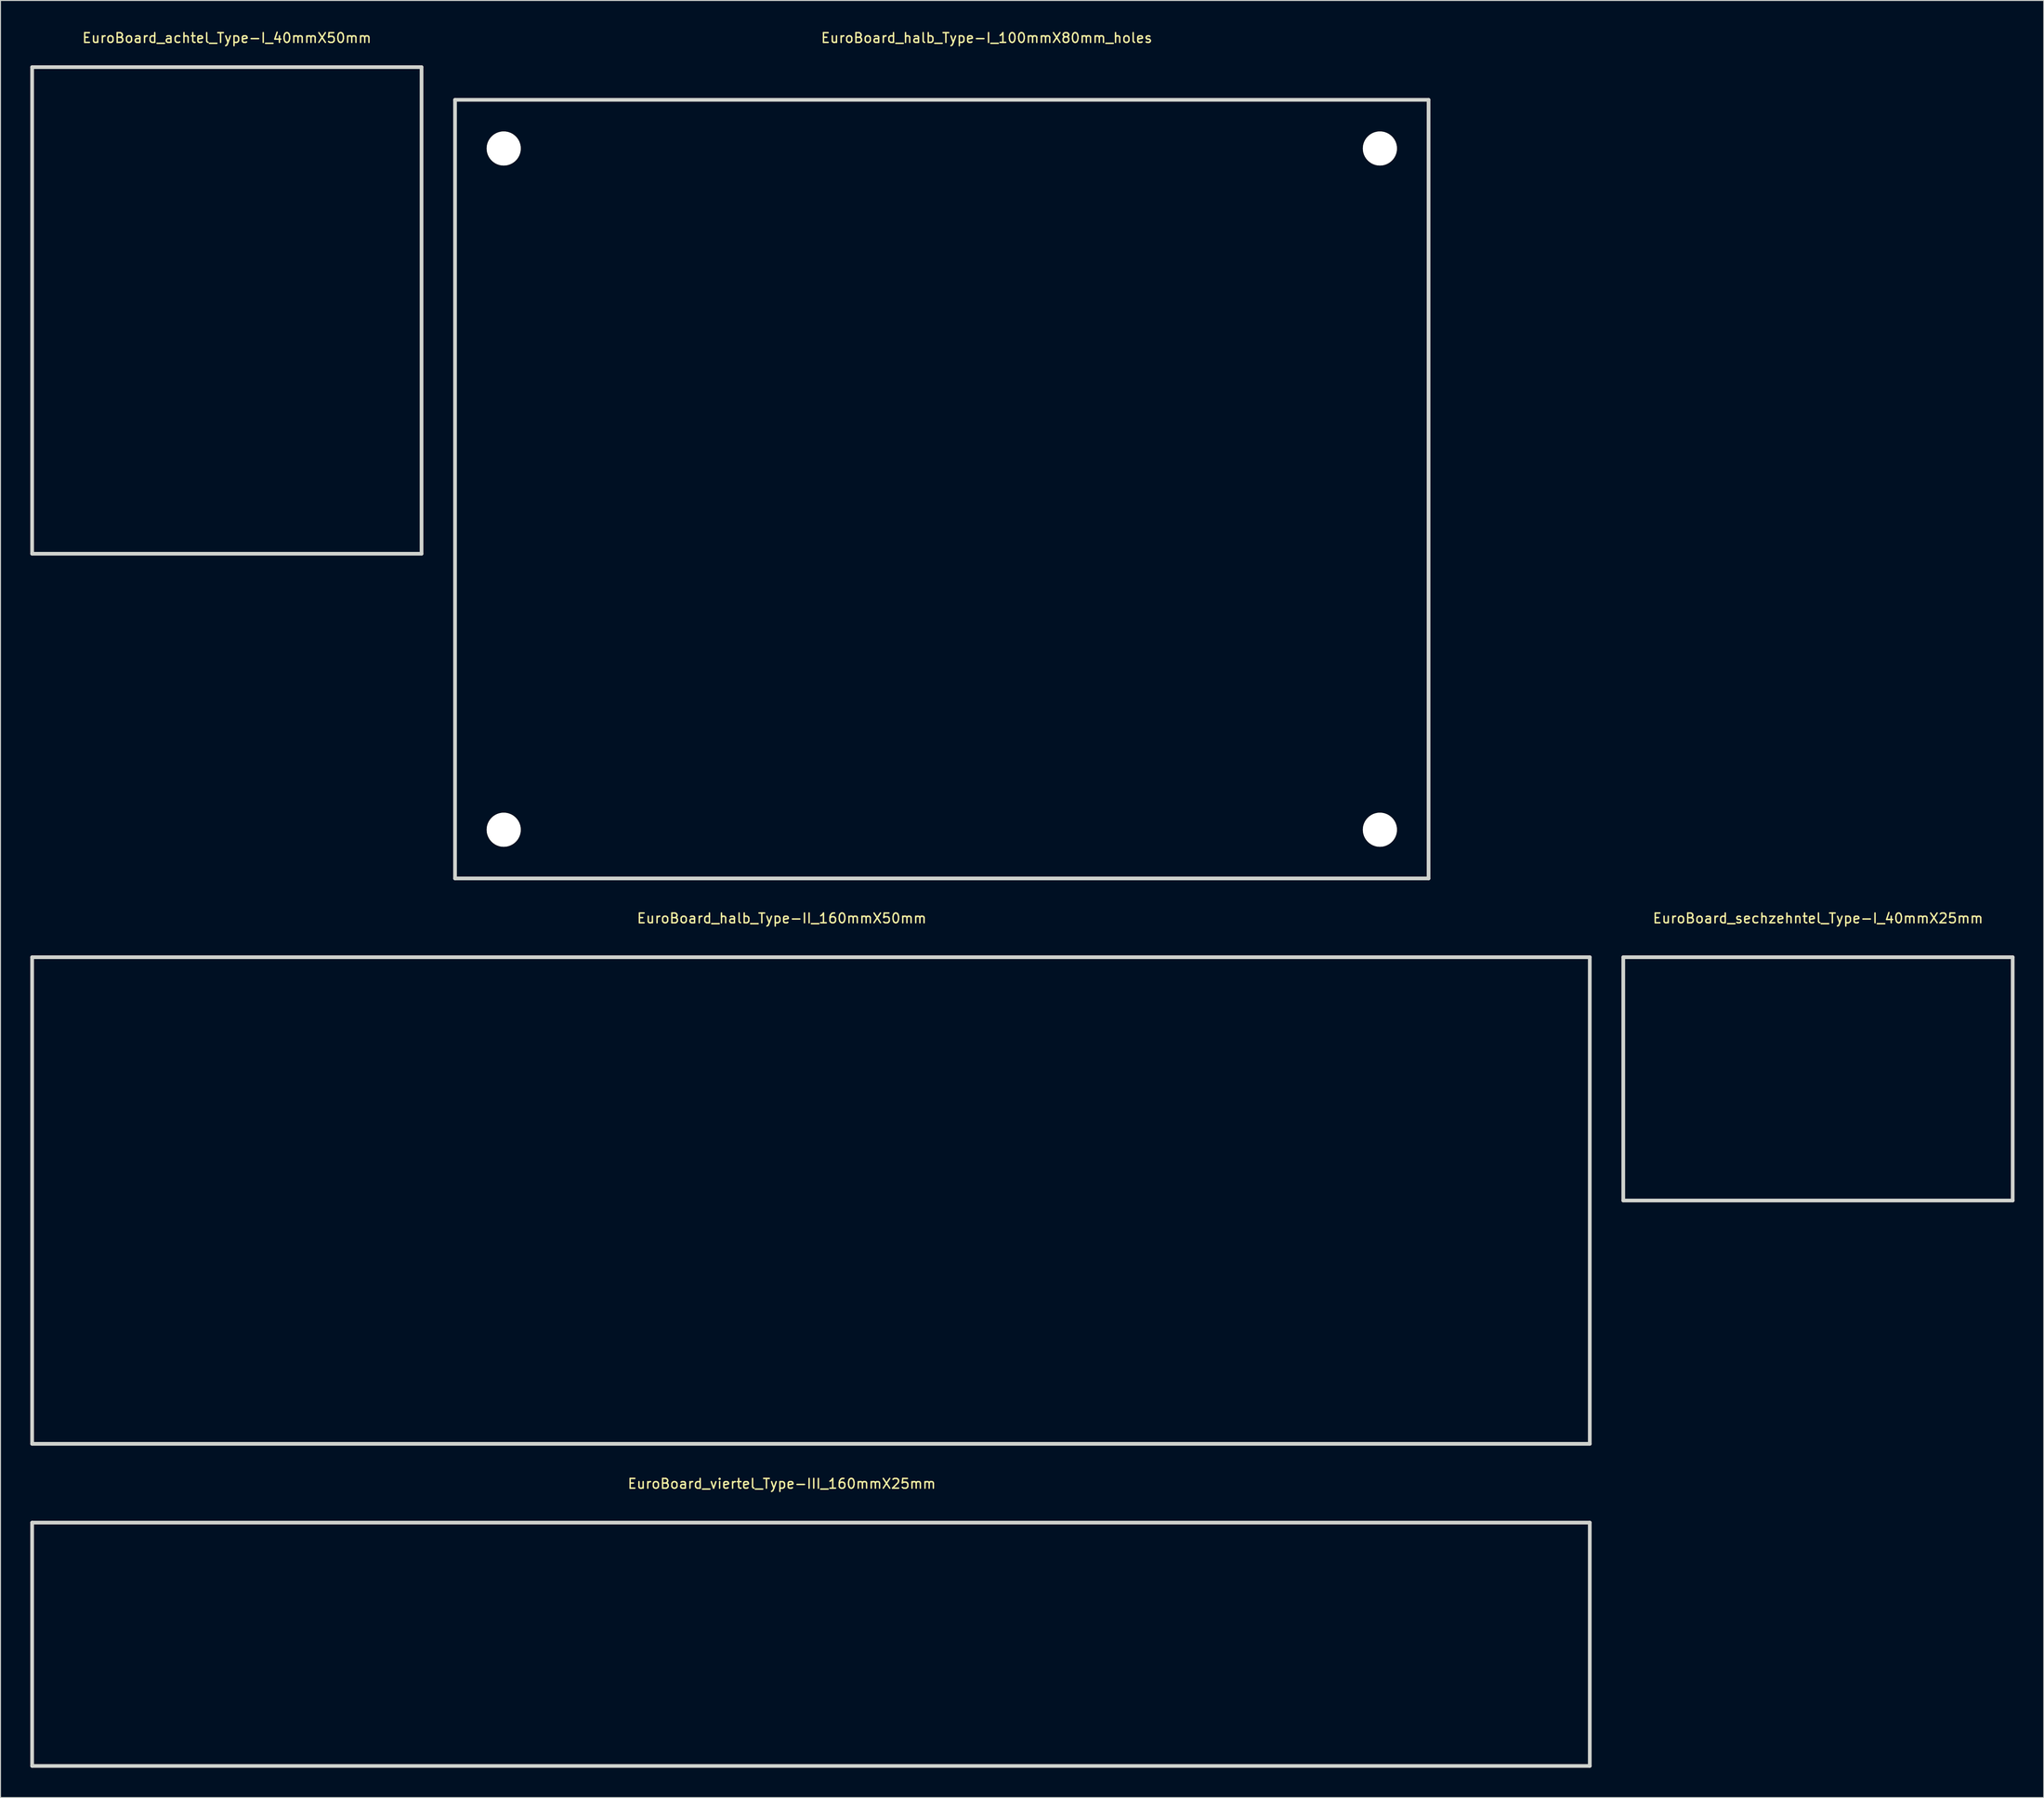
<source format=kicad_pcb>
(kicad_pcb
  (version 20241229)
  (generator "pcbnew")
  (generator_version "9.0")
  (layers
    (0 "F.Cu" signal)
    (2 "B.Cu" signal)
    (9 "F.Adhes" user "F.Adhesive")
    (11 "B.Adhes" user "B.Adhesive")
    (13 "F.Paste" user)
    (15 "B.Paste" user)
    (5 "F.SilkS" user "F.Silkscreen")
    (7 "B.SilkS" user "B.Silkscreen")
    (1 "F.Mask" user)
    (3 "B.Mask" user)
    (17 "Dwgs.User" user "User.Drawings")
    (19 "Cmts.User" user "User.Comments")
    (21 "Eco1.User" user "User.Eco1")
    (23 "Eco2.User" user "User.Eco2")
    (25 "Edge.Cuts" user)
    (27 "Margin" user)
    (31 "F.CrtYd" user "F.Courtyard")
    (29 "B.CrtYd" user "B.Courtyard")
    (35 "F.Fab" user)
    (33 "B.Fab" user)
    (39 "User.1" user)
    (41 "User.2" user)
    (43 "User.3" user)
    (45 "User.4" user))
  (footprint "EuroBoard_halb_Type-II_160mmX50mm"
    (layer "F.Cu")
    (at 0.25 145.307)
    (property "Reference" "EuroBoard_halb_Type-II_160mmX50mm" (at 77 -54 0) (layer "F.SilkS") (effects (font (size 1 1) (thickness 0.15))))
    (attr through_hole)
    (fp_line (start 0 -50) (end 0 0) (stroke (width 0.381) (type solid)) (layer "Edge.Cuts"))
    (fp_line (start 0 0) (end 160 0) (stroke (width 0.381) (type solid)) (layer "Edge.Cuts"))
    (fp_line (start 160 -50) (end 0 -50) (stroke (width 0.381) (type solid)) (layer "Edge.Cuts"))
    (fp_line (start 160 0) (end 160 -50) (stroke (width 0.381) (type solid)) (layer "Edge.Cuts")))
  (footprint "EuroBoard_viertel_Type-III_160mmX25mm"
    (layer "F.Cu")
    (at 0.25 178.404)
    (property "Reference" "EuroBoard_viertel_Type-III_160mmX25mm" (at 77 -28.999 0) (layer "F.SilkS") (effects (font (size 1 1) (thickness 0.15))))
    (attr through_hole)
    (fp_line (start 0 -25.001) (end 0 0) (stroke (width 0.381) (type solid)) (layer "Edge.Cuts"))
    (fp_line (start 0 0) (end 160 0) (stroke (width 0.381) (type solid)) (layer "Edge.Cuts"))
    (fp_line (start 160 -25.001) (end 0 -25.001) (stroke (width 0.381) (type solid)) (layer "Edge.Cuts"))
    (fp_line (start 160 0) (end 160 -25.001) (stroke (width 0.381) (type solid)) (layer "Edge.Cuts")))
  (footprint "EuroBoard_achtel_Type-I_40mmX50mm"
    (layer "F.Cu")
    (at 0.25 53.848)
    (property "Reference" "EuroBoard_achtel_Type-I_40mmX50mm" (at 20 -53 0) (layer "F.SilkS") (effects (font (size 1 1) (thickness 0.15))))
    (attr through_hole)
    (fp_line (start 0 -50) (end 0 0) (stroke (width 0.381) (type solid)) (layer "Edge.Cuts"))
    (fp_line (start 0 0) (end 40 0) (stroke (width 0.381) (type solid)) (layer "Edge.Cuts"))
    (fp_line (start 40 -50) (end 0 -50) (stroke (width 0.381) (type solid)) (layer "Edge.Cuts"))
    (fp_line (start 40 0) (end 40 -50) (stroke (width 0.381) (type solid)) (layer "Edge.Cuts")))
  (footprint "EuroBoard_sechzehntel_Type-I_40mmX25mm"
    (layer "F.Cu")
    (at 163.69 120.306)
    (property "Reference" "EuroBoard_sechzehntel_Type-I_40mmX25mm" (at 20 -28.999 0) (layer "F.SilkS") (effects (font (size 1 1) (thickness 0.15))))
    (attr through_hole)
    (fp_line (start 0 -25.001) (end 0 0) (stroke (width 0.381) (type solid)) (layer "Edge.Cuts"))
    (fp_line (start 0 0) (end 40 0) (stroke (width 0.381) (type solid)) (layer "Edge.Cuts"))
    (fp_line (start 40 -25.001) (end 0 -25.001) (stroke (width 0.381) (type solid)) (layer "Edge.Cuts"))
    (fp_line (start 40 0) (end 40 -25.001) (stroke (width 0.381) (type solid)) (layer "Edge.Cuts")))
  (footprint "EuroBoard_halb_Type-I_100mmX80mm_holes"
    (layer "F.Cu")
    (at 43.69 87.208)
    (property "Reference" "EuroBoard_halb_Type-I_100mmX80mm_holes" (at 54.61 -86.36 0) (layer "F.SilkS") (effects (font (size 1 1) (thickness 0.15))))
    (attr through_hole)
    (fp_line (start 0 -80) (end 100 -80) (stroke (width 0.381) (type solid)) (layer "Edge.Cuts"))
    (fp_line (start 0 0) (end 0 -80) (stroke (width 0.381) (type solid)) (layer "Edge.Cuts"))
    (fp_line (start 100 -80) (end 100 0) (stroke (width 0.381) (type solid)) (layer "Edge.Cuts"))
    (fp_line (start 100 0) (end 0 0) (stroke (width 0.381) (type solid)) (layer "Edge.Cuts"))
    (pad "" np_thru_hole circle (at 5.001 -75.001) (size 3.5 3.5) (drill 3.5) (layers "*.Cu" "*.Mask" "F.SilkS"))
    (pad "" np_thru_hole circle (at 5.001 -5.001) (size 3.5 3.5) (drill 3.5) (layers "*.Cu" "*.Mask" "F.SilkS"))
    (pad "" np_thru_hole circle (at 95.001 -75.001) (size 3.5 3.5) (drill 3.5) (layers "*.Cu" "*.Mask" "F.SilkS"))
    (pad "" np_thru_hole circle (at 95.001 -5.001) (size 3.5 3.5) (drill 3.5) (layers "*.Cu" "*.Mask" "F.SilkS")))
  (gr_rect
    (start -3 -3)
    (end 206.881 181.654)
    (stroke (width 0.1) (type default))
    (fill no)
    (layer "Edge.Cuts")))
</source>
